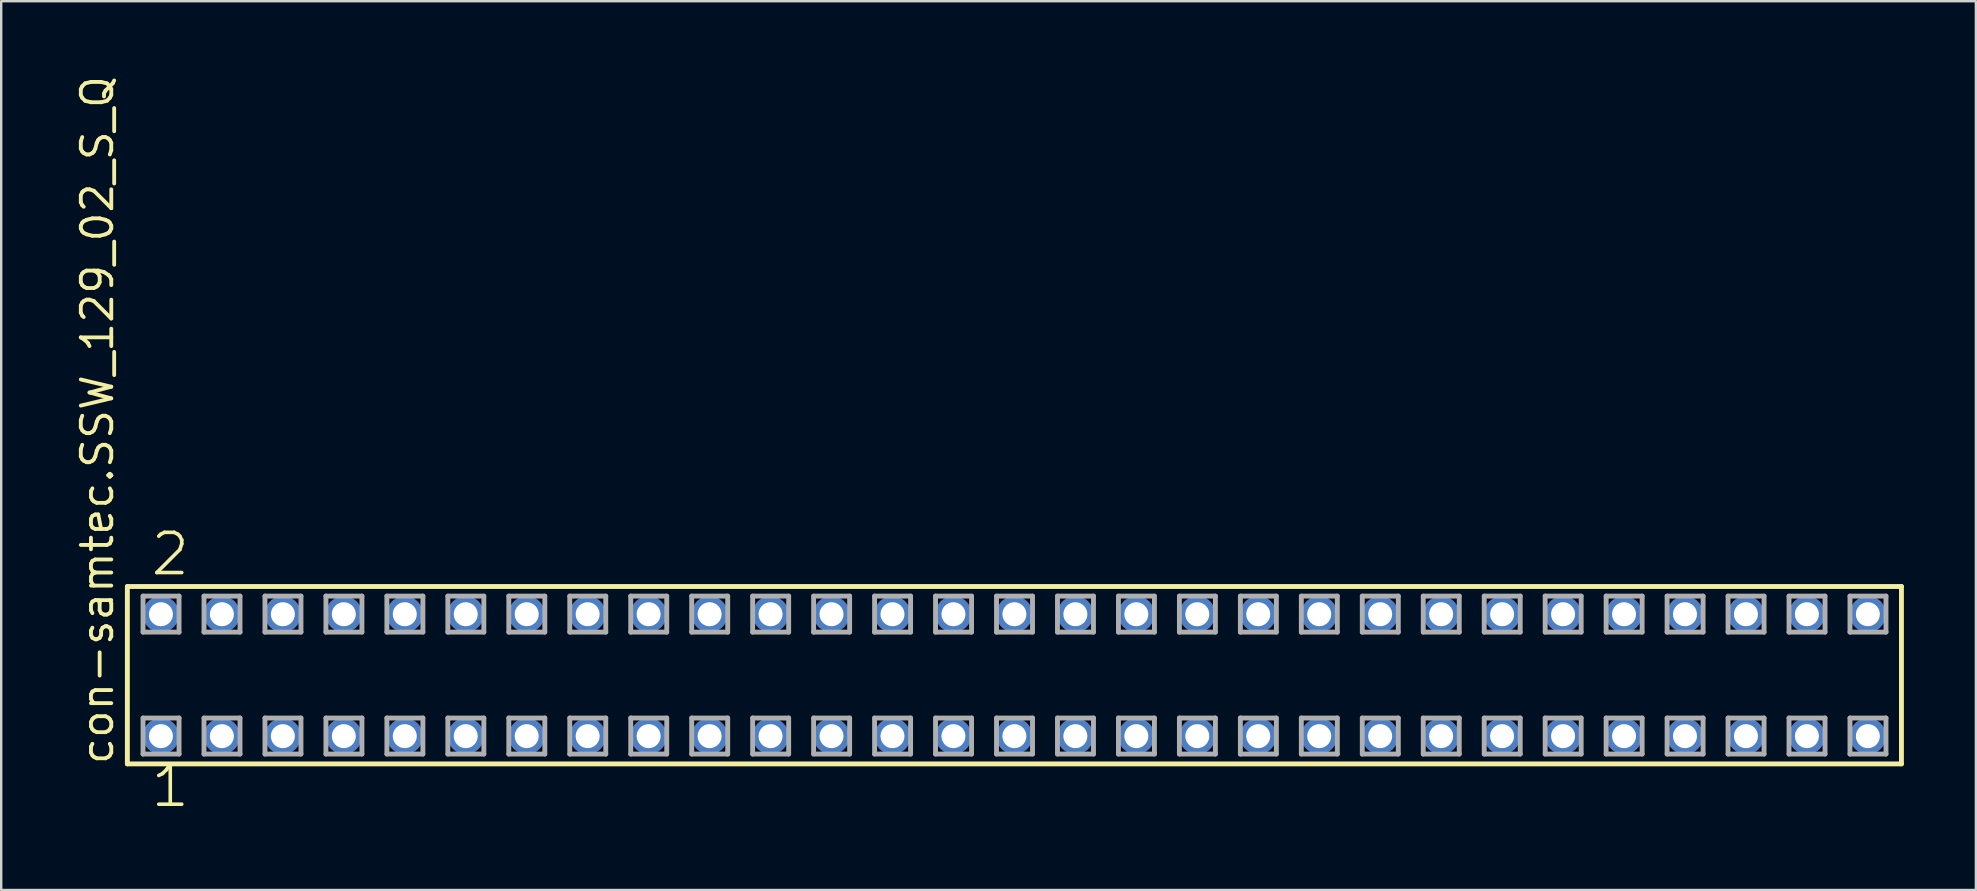
<source format=kicad_pcb>
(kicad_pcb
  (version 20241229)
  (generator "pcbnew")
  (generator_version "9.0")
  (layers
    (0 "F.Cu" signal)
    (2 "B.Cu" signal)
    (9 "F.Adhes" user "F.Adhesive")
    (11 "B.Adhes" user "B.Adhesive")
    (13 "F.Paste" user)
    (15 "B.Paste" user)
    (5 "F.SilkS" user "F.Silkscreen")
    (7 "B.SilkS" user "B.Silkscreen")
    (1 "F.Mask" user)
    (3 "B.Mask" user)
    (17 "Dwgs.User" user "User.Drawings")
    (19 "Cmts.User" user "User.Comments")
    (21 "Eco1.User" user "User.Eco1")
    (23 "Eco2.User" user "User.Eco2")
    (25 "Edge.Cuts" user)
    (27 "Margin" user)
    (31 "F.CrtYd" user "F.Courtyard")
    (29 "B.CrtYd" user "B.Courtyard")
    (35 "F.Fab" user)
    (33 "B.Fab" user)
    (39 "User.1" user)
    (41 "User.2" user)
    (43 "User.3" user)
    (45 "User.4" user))
  (footprint "con-samtec.SSW_129_02_S_Q"
    (layer "F.Cu")
    (at 39.215 25.082)
    (property "Reference" "con-samtec.SSW_129_02_S_Q" (at -37.465 3.81 90) (layer "F.SilkS") (effects (font (size 1.27 1.27) (thickness 0.16)) (justify left bottom)))
    (attr through_hole)
    (fp_line (start -36.959 -3.695) (end 36.959 -3.695) (stroke (width 0.203) (type default)) (layer "F.SilkS"))
    (fp_line (start -36.959 3.695) (end -36.959 -3.695) (stroke (width 0.203) (type default)) (layer "F.SilkS"))
    (fp_line (start 36.959 -3.695) (end 36.959 3.695) (stroke (width 0.203) (type default)) (layer "F.SilkS"))
    (fp_line (start 36.959 3.695) (end -36.959 3.695) (stroke (width 0.203) (type default)) (layer "F.SilkS"))
    (fp_line (start -36.305 -3.295) (end -34.805 -3.295) (stroke (width 0.203) (type default)) (layer "F.Fab"))
    (fp_line (start -36.305 -1.795) (end -36.305 -3.295) (stroke (width 0.203) (type default)) (layer "F.Fab"))
    (fp_line (start -36.305 1.785) (end -34.805 1.785) (stroke (width 0.203) (type default)) (layer "F.Fab"))
    (fp_line (start -36.305 3.285) (end -36.305 1.785) (stroke (width 0.203) (type default)) (layer "F.Fab"))
    (fp_line (start -34.805 -3.295) (end -34.805 -1.795) (stroke (width 0.203) (type default)) (layer "F.Fab"))
    (fp_line (start -34.805 -1.795) (end -36.305 -1.795) (stroke (width 0.203) (type default)) (layer "F.Fab"))
    (fp_line (start -34.805 1.785) (end -34.805 3.285) (stroke (width 0.203) (type default)) (layer "F.Fab"))
    (fp_line (start -34.805 3.285) (end -36.305 3.285) (stroke (width 0.203) (type default)) (layer "F.Fab"))
    (fp_line (start -33.765 -3.295) (end -32.265 -3.295) (stroke (width 0.203) (type default)) (layer "F.Fab"))
    (fp_line (start -33.765 -1.795) (end -33.765 -3.295) (stroke (width 0.203) (type default)) (layer "F.Fab"))
    (fp_line (start -33.765 1.785) (end -32.265 1.785) (stroke (width 0.203) (type default)) (layer "F.Fab"))
    (fp_line (start -33.765 3.285) (end -33.765 1.785) (stroke (width 0.203) (type default)) (layer "F.Fab"))
    (fp_line (start -32.265 -3.295) (end -32.265 -1.795) (stroke (width 0.203) (type default)) (layer "F.Fab"))
    (fp_line (start -32.265 -1.795) (end -33.765 -1.795) (stroke (width 0.203) (type default)) (layer "F.Fab"))
    (fp_line (start -32.265 1.785) (end -32.265 3.285) (stroke (width 0.203) (type default)) (layer "F.Fab"))
    (fp_line (start -32.265 3.285) (end -33.765 3.285) (stroke (width 0.203) (type default)) (layer "F.Fab"))
    (fp_line (start -31.225 -3.295) (end -29.725 -3.295) (stroke (width 0.203) (type default)) (layer "F.Fab"))
    (fp_line (start -31.225 -1.795) (end -31.225 -3.295) (stroke (width 0.203) (type default)) (layer "F.Fab"))
    (fp_line (start -31.225 1.785) (end -29.725 1.785) (stroke (width 0.203) (type default)) (layer "F.Fab"))
    (fp_line (start -31.225 3.285) (end -31.225 1.785) (stroke (width 0.203) (type default)) (layer "F.Fab"))
    (fp_line (start -29.725 -3.295) (end -29.725 -1.795) (stroke (width 0.203) (type default)) (layer "F.Fab"))
    (fp_line (start -29.725 -1.795) (end -31.225 -1.795) (stroke (width 0.203) (type default)) (layer "F.Fab"))
    (fp_line (start -29.725 1.785) (end -29.725 3.285) (stroke (width 0.203) (type default)) (layer "F.Fab"))
    (fp_line (start -29.725 3.285) (end -31.225 3.285) (stroke (width 0.203) (type default)) (layer "F.Fab"))
    (fp_line (start -28.685 -3.295) (end -27.185 -3.295) (stroke (width 0.203) (type default)) (layer "F.Fab"))
    (fp_line (start -28.685 -1.795) (end -28.685 -3.295) (stroke (width 0.203) (type default)) (layer "F.Fab"))
    (fp_line (start -28.685 1.785) (end -27.185 1.785) (stroke (width 0.203) (type default)) (layer "F.Fab"))
    (fp_line (start -28.685 3.285) (end -28.685 1.785) (stroke (width 0.203) (type default)) (layer "F.Fab"))
    (fp_line (start -27.185 -3.295) (end -27.185 -1.795) (stroke (width 0.203) (type default)) (layer "F.Fab"))
    (fp_line (start -27.185 -1.795) (end -28.685 -1.795) (stroke (width 0.203) (type default)) (layer "F.Fab"))
    (fp_line (start -27.185 1.785) (end -27.185 3.285) (stroke (width 0.203) (type default)) (layer "F.Fab"))
    (fp_line (start -27.185 3.285) (end -28.685 3.285) (stroke (width 0.203) (type default)) (layer "F.Fab"))
    (fp_line (start -26.145 -3.295) (end -24.645 -3.295) (stroke (width 0.203) (type default)) (layer "F.Fab"))
    (fp_line (start -26.145 -1.795) (end -26.145 -3.295) (stroke (width 0.203) (type default)) (layer "F.Fab"))
    (fp_line (start -26.145 1.785) (end -24.645 1.785) (stroke (width 0.203) (type default)) (layer "F.Fab"))
    (fp_line (start -26.145 3.285) (end -26.145 1.785) (stroke (width 0.203) (type default)) (layer "F.Fab"))
    (fp_line (start -24.645 -3.295) (end -24.645 -1.795) (stroke (width 0.203) (type default)) (layer "F.Fab"))
    (fp_line (start -24.645 -1.795) (end -26.145 -1.795) (stroke (width 0.203) (type default)) (layer "F.Fab"))
    (fp_line (start -24.645 1.785) (end -24.645 3.285) (stroke (width 0.203) (type default)) (layer "F.Fab"))
    (fp_line (start -24.645 3.285) (end -26.145 3.285) (stroke (width 0.203) (type default)) (layer "F.Fab"))
    (fp_line (start -23.605 -3.295) (end -22.105 -3.295) (stroke (width 0.203) (type default)) (layer "F.Fab"))
    (fp_line (start -23.605 -1.795) (end -23.605 -3.295) (stroke (width 0.203) (type default)) (layer "F.Fab"))
    (fp_line (start -23.605 1.785) (end -22.105 1.785) (stroke (width 0.203) (type default)) (layer "F.Fab"))
    (fp_line (start -23.605 3.285) (end -23.605 1.785) (stroke (width 0.203) (type default)) (layer "F.Fab"))
    (fp_line (start -22.105 -3.295) (end -22.105 -1.795) (stroke (width 0.203) (type default)) (layer "F.Fab"))
    (fp_line (start -22.105 -1.795) (end -23.605 -1.795) (stroke (width 0.203) (type default)) (layer "F.Fab"))
    (fp_line (start -22.105 1.785) (end -22.105 3.285) (stroke (width 0.203) (type default)) (layer "F.Fab"))
    (fp_line (start -22.105 3.285) (end -23.605 3.285) (stroke (width 0.203) (type default)) (layer "F.Fab"))
    (fp_line (start -21.065 -3.295) (end -19.565 -3.295) (stroke (width 0.203) (type default)) (layer "F.Fab"))
    (fp_line (start -21.065 -1.795) (end -21.065 -3.295) (stroke (width 0.203) (type default)) (layer "F.Fab"))
    (fp_line (start -21.065 1.785) (end -19.565 1.785) (stroke (width 0.203) (type default)) (layer "F.Fab"))
    (fp_line (start -21.065 3.285) (end -21.065 1.785) (stroke (width 0.203) (type default)) (layer "F.Fab"))
    (fp_line (start -19.565 -3.295) (end -19.565 -1.795) (stroke (width 0.203) (type default)) (layer "F.Fab"))
    (fp_line (start -19.565 -1.795) (end -21.065 -1.795) (stroke (width 0.203) (type default)) (layer "F.Fab"))
    (fp_line (start -19.565 1.785) (end -19.565 3.285) (stroke (width 0.203) (type default)) (layer "F.Fab"))
    (fp_line (start -19.565 3.285) (end -21.065 3.285) (stroke (width 0.203) (type default)) (layer "F.Fab"))
    (fp_line (start -18.525 -3.295) (end -17.025 -3.295) (stroke (width 0.203) (type default)) (layer "F.Fab"))
    (fp_line (start -18.525 -1.795) (end -18.525 -3.295) (stroke (width 0.203) (type default)) (layer "F.Fab"))
    (fp_line (start -18.525 1.785) (end -17.025 1.785) (stroke (width 0.203) (type default)) (layer "F.Fab"))
    (fp_line (start -18.525 3.285) (end -18.525 1.785) (stroke (width 0.203) (type default)) (layer "F.Fab"))
    (fp_line (start -17.025 -3.295) (end -17.025 -1.795) (stroke (width 0.203) (type default)) (layer "F.Fab"))
    (fp_line (start -17.025 -1.795) (end -18.525 -1.795) (stroke (width 0.203) (type default)) (layer "F.Fab"))
    (fp_line (start -17.025 1.785) (end -17.025 3.285) (stroke (width 0.203) (type default)) (layer "F.Fab"))
    (fp_line (start -17.025 3.285) (end -18.525 3.285) (stroke (width 0.203) (type default)) (layer "F.Fab"))
    (fp_line (start -15.985 -3.295) (end -14.485 -3.295) (stroke (width 0.203) (type default)) (layer "F.Fab"))
    (fp_line (start -15.985 -1.795) (end -15.985 -3.295) (stroke (width 0.203) (type default)) (layer "F.Fab"))
    (fp_line (start -15.985 1.785) (end -14.485 1.785) (stroke (width 0.203) (type default)) (layer "F.Fab"))
    (fp_line (start -15.985 3.285) (end -15.985 1.785) (stroke (width 0.203) (type default)) (layer "F.Fab"))
    (fp_line (start -14.485 -3.295) (end -14.485 -1.795) (stroke (width 0.203) (type default)) (layer "F.Fab"))
    (fp_line (start -14.485 -1.795) (end -15.985 -1.795) (stroke (width 0.203) (type default)) (layer "F.Fab"))
    (fp_line (start -14.485 1.785) (end -14.485 3.285) (stroke (width 0.203) (type default)) (layer "F.Fab"))
    (fp_line (start -14.485 3.285) (end -15.985 3.285) (stroke (width 0.203) (type default)) (layer "F.Fab"))
    (fp_line (start -13.445 -3.295) (end -11.945 -3.295) (stroke (width 0.203) (type default)) (layer "F.Fab"))
    (fp_line (start -13.445 -1.795) (end -13.445 -3.295) (stroke (width 0.203) (type default)) (layer "F.Fab"))
    (fp_line (start -13.445 1.785) (end -11.945 1.785) (stroke (width 0.203) (type default)) (layer "F.Fab"))
    (fp_line (start -13.445 3.285) (end -13.445 1.785) (stroke (width 0.203) (type default)) (layer "F.Fab"))
    (fp_line (start -11.945 -3.295) (end -11.945 -1.795) (stroke (width 0.203) (type default)) (layer "F.Fab"))
    (fp_line (start -11.945 -1.795) (end -13.445 -1.795) (stroke (width 0.203) (type default)) (layer "F.Fab"))
    (fp_line (start -11.945 1.785) (end -11.945 3.285) (stroke (width 0.203) (type default)) (layer "F.Fab"))
    (fp_line (start -11.945 3.285) (end -13.445 3.285) (stroke (width 0.203) (type default)) (layer "F.Fab"))
    (fp_line (start -10.905 -3.295) (end -9.405 -3.295) (stroke (width 0.203) (type default)) (layer "F.Fab"))
    (fp_line (start -10.905 -1.795) (end -10.905 -3.295) (stroke (width 0.203) (type default)) (layer "F.Fab"))
    (fp_line (start -10.905 1.785) (end -9.405 1.785) (stroke (width 0.203) (type default)) (layer "F.Fab"))
    (fp_line (start -10.905 3.285) (end -10.905 1.785) (stroke (width 0.203) (type default)) (layer "F.Fab"))
    (fp_line (start -9.405 -3.295) (end -9.405 -1.795) (stroke (width 0.203) (type default)) (layer "F.Fab"))
    (fp_line (start -9.405 -1.795) (end -10.905 -1.795) (stroke (width 0.203) (type default)) (layer "F.Fab"))
    (fp_line (start -9.405 1.785) (end -9.405 3.285) (stroke (width 0.203) (type default)) (layer "F.Fab"))
    (fp_line (start -9.405 3.285) (end -10.905 3.285) (stroke (width 0.203) (type default)) (layer "F.Fab"))
    (fp_line (start -8.365 -3.295) (end -6.865 -3.295) (stroke (width 0.203) (type default)) (layer "F.Fab"))
    (fp_line (start -8.365 -1.795) (end -8.365 -3.295) (stroke (width 0.203) (type default)) (layer "F.Fab"))
    (fp_line (start -8.365 1.785) (end -6.865 1.785) (stroke (width 0.203) (type default)) (layer "F.Fab"))
    (fp_line (start -8.365 3.285) (end -8.365 1.785) (stroke (width 0.203) (type default)) (layer "F.Fab"))
    (fp_line (start -6.865 -3.295) (end -6.865 -1.795) (stroke (width 0.203) (type default)) (layer "F.Fab"))
    (fp_line (start -6.865 -1.795) (end -8.365 -1.795) (stroke (width 0.203) (type default)) (layer "F.Fab"))
    (fp_line (start -6.865 1.785) (end -6.865 3.285) (stroke (width 0.203) (type default)) (layer "F.Fab"))
    (fp_line (start -6.865 3.285) (end -8.365 3.285) (stroke (width 0.203) (type default)) (layer "F.Fab"))
    (fp_line (start -5.825 -3.295) (end -4.325 -3.295) (stroke (width 0.203) (type default)) (layer "F.Fab"))
    (fp_line (start -5.825 -1.795) (end -5.825 -3.295) (stroke (width 0.203) (type default)) (layer "F.Fab"))
    (fp_line (start -5.825 1.785) (end -4.325 1.785) (stroke (width 0.203) (type default)) (layer "F.Fab"))
    (fp_line (start -5.825 3.285) (end -5.825 1.785) (stroke (width 0.203) (type default)) (layer "F.Fab"))
    (fp_line (start -4.325 -3.295) (end -4.325 -1.795) (stroke (width 0.203) (type default)) (layer "F.Fab"))
    (fp_line (start -4.325 -1.795) (end -5.825 -1.795) (stroke (width 0.203) (type default)) (layer "F.Fab"))
    (fp_line (start -4.325 1.785) (end -4.325 3.285) (stroke (width 0.203) (type default)) (layer "F.Fab"))
    (fp_line (start -4.325 3.285) (end -5.825 3.285) (stroke (width 0.203) (type default)) (layer "F.Fab"))
    (fp_line (start -3.285 -3.295) (end -1.785 -3.295) (stroke (width 0.203) (type default)) (layer "F.Fab"))
    (fp_line (start -3.285 -1.795) (end -3.285 -3.295) (stroke (width 0.203) (type default)) (layer "F.Fab"))
    (fp_line (start -3.285 1.785) (end -1.785 1.785) (stroke (width 0.203) (type default)) (layer "F.Fab"))
    (fp_line (start -3.285 3.285) (end -3.285 1.785) (stroke (width 0.203) (type default)) (layer "F.Fab"))
    (fp_line (start -1.785 -3.295) (end -1.785 -1.795) (stroke (width 0.203) (type default)) (layer "F.Fab"))
    (fp_line (start -1.785 -1.795) (end -3.285 -1.795) (stroke (width 0.203) (type default)) (layer "F.Fab"))
    (fp_line (start -1.785 1.785) (end -1.785 3.285) (stroke (width 0.203) (type default)) (layer "F.Fab"))
    (fp_line (start -1.785 3.285) (end -3.285 3.285) (stroke (width 0.203) (type default)) (layer "F.Fab"))
    (fp_line (start -0.745 -3.295) (end 0.755 -3.295) (stroke (width 0.203) (type default)) (layer "F.Fab"))
    (fp_line (start -0.745 -1.795) (end -0.745 -3.295) (stroke (width 0.203) (type default)) (layer "F.Fab"))
    (fp_line (start -0.745 1.785) (end 0.755 1.785) (stroke (width 0.203) (type default)) (layer "F.Fab"))
    (fp_line (start -0.745 3.285) (end -0.745 1.785) (stroke (width 0.203) (type default)) (layer "F.Fab"))
    (fp_line (start 0.755 -3.295) (end 0.755 -1.795) (stroke (width 0.203) (type default)) (layer "F.Fab"))
    (fp_line (start 0.755 -1.795) (end -0.745 -1.795) (stroke (width 0.203) (type default)) (layer "F.Fab"))
    (fp_line (start 0.755 1.785) (end 0.755 3.285) (stroke (width 0.203) (type default)) (layer "F.Fab"))
    (fp_line (start 0.755 3.285) (end -0.745 3.285) (stroke (width 0.203) (type default)) (layer "F.Fab"))
    (fp_line (start 1.795 -3.295) (end 3.295 -3.295) (stroke (width 0.203) (type default)) (layer "F.Fab"))
    (fp_line (start 1.795 -1.795) (end 1.795 -3.295) (stroke (width 0.203) (type default)) (layer "F.Fab"))
    (fp_line (start 1.795 1.785) (end 3.295 1.785) (stroke (width 0.203) (type default)) (layer "F.Fab"))
    (fp_line (start 1.795 3.285) (end 1.795 1.785) (stroke (width 0.203) (type default)) (layer "F.Fab"))
    (fp_line (start 3.295 -3.295) (end 3.295 -1.795) (stroke (width 0.203) (type default)) (layer "F.Fab"))
    (fp_line (start 3.295 -1.795) (end 1.795 -1.795) (stroke (width 0.203) (type default)) (layer "F.Fab"))
    (fp_line (start 3.295 1.785) (end 3.295 3.285) (stroke (width 0.203) (type default)) (layer "F.Fab"))
    (fp_line (start 3.295 3.285) (end 1.795 3.285) (stroke (width 0.203) (type default)) (layer "F.Fab"))
    (fp_line (start 4.335 -3.295) (end 5.835 -3.295) (stroke (width 0.203) (type default)) (layer "F.Fab"))
    (fp_line (start 4.335 -1.795) (end 4.335 -3.295) (stroke (width 0.203) (type default)) (layer "F.Fab"))
    (fp_line (start 4.335 1.785) (end 5.835 1.785) (stroke (width 0.203) (type default)) (layer "F.Fab"))
    (fp_line (start 4.335 3.285) (end 4.335 1.785) (stroke (width 0.203) (type default)) (layer "F.Fab"))
    (fp_line (start 5.835 -3.295) (end 5.835 -1.795) (stroke (width 0.203) (type default)) (layer "F.Fab"))
    (fp_line (start 5.835 -1.795) (end 4.335 -1.795) (stroke (width 0.203) (type default)) (layer "F.Fab"))
    (fp_line (start 5.835 1.785) (end 5.835 3.285) (stroke (width 0.203) (type default)) (layer "F.Fab"))
    (fp_line (start 5.835 3.285) (end 4.335 3.285) (stroke (width 0.203) (type default)) (layer "F.Fab"))
    (fp_line (start 6.875 -3.295) (end 8.375 -3.295) (stroke (width 0.203) (type default)) (layer "F.Fab"))
    (fp_line (start 6.875 -1.795) (end 6.875 -3.295) (stroke (width 0.203) (type default)) (layer "F.Fab"))
    (fp_line (start 6.875 1.785) (end 8.375 1.785) (stroke (width 0.203) (type default)) (layer "F.Fab"))
    (fp_line (start 6.875 3.285) (end 6.875 1.785) (stroke (width 0.203) (type default)) (layer "F.Fab"))
    (fp_line (start 8.375 -3.295) (end 8.375 -1.795) (stroke (width 0.203) (type default)) (layer "F.Fab"))
    (fp_line (start 8.375 -1.795) (end 6.875 -1.795) (stroke (width 0.203) (type default)) (layer "F.Fab"))
    (fp_line (start 8.375 1.785) (end 8.375 3.285) (stroke (width 0.203) (type default)) (layer "F.Fab"))
    (fp_line (start 8.375 3.285) (end 6.875 3.285) (stroke (width 0.203) (type default)) (layer "F.Fab"))
    (fp_line (start 9.415 -3.295) (end 10.915 -3.295) (stroke (width 0.203) (type default)) (layer "F.Fab"))
    (fp_line (start 9.415 -1.795) (end 9.415 -3.295) (stroke (width 0.203) (type default)) (layer "F.Fab"))
    (fp_line (start 9.415 1.785) (end 10.915 1.785) (stroke (width 0.203) (type default)) (layer "F.Fab"))
    (fp_line (start 9.415 3.285) (end 9.415 1.785) (stroke (width 0.203) (type default)) (layer "F.Fab"))
    (fp_line (start 10.915 -3.295) (end 10.915 -1.795) (stroke (width 0.203) (type default)) (layer "F.Fab"))
    (fp_line (start 10.915 -1.795) (end 9.415 -1.795) (stroke (width 0.203) (type default)) (layer "F.Fab"))
    (fp_line (start 10.915 1.785) (end 10.915 3.285) (stroke (width 0.203) (type default)) (layer "F.Fab"))
    (fp_line (start 10.915 3.285) (end 9.415 3.285) (stroke (width 0.203) (type default)) (layer "F.Fab"))
    (fp_line (start 11.955 -3.295) (end 13.455 -3.295) (stroke (width 0.203) (type default)) (layer "F.Fab"))
    (fp_line (start 11.955 -1.795) (end 11.955 -3.295) (stroke (width 0.203) (type default)) (layer "F.Fab"))
    (fp_line (start 11.955 1.785) (end 13.455 1.785) (stroke (width 0.203) (type default)) (layer "F.Fab"))
    (fp_line (start 11.955 3.285) (end 11.955 1.785) (stroke (width 0.203) (type default)) (layer "F.Fab"))
    (fp_line (start 13.455 -3.295) (end 13.455 -1.795) (stroke (width 0.203) (type default)) (layer "F.Fab"))
    (fp_line (start 13.455 -1.795) (end 11.955 -1.795) (stroke (width 0.203) (type default)) (layer "F.Fab"))
    (fp_line (start 13.455 1.785) (end 13.455 3.285) (stroke (width 0.203) (type default)) (layer "F.Fab"))
    (fp_line (start 13.455 3.285) (end 11.955 3.285) (stroke (width 0.203) (type default)) (layer "F.Fab"))
    (fp_line (start 14.495 -3.295) (end 15.995 -3.295) (stroke (width 0.203) (type default)) (layer "F.Fab"))
    (fp_line (start 14.495 -1.795) (end 14.495 -3.295) (stroke (width 0.203) (type default)) (layer "F.Fab"))
    (fp_line (start 14.495 1.785) (end 15.995 1.785) (stroke (width 0.203) (type default)) (layer "F.Fab"))
    (fp_line (start 14.495 3.285) (end 14.495 1.785) (stroke (width 0.203) (type default)) (layer "F.Fab"))
    (fp_line (start 15.995 -3.295) (end 15.995 -1.795) (stroke (width 0.203) (type default)) (layer "F.Fab"))
    (fp_line (start 15.995 -1.795) (end 14.495 -1.795) (stroke (width 0.203) (type default)) (layer "F.Fab"))
    (fp_line (start 15.995 1.785) (end 15.995 3.285) (stroke (width 0.203) (type default)) (layer "F.Fab"))
    (fp_line (start 15.995 3.285) (end 14.495 3.285) (stroke (width 0.203) (type default)) (layer "F.Fab"))
    (fp_line (start 17.035 -3.295) (end 18.535 -3.295) (stroke (width 0.203) (type default)) (layer "F.Fab"))
    (fp_line (start 17.035 -1.795) (end 17.035 -3.295) (stroke (width 0.203) (type default)) (layer "F.Fab"))
    (fp_line (start 17.035 1.785) (end 18.535 1.785) (stroke (width 0.203) (type default)) (layer "F.Fab"))
    (fp_line (start 17.035 3.285) (end 17.035 1.785) (stroke (width 0.203) (type default)) (layer "F.Fab"))
    (fp_line (start 18.535 -3.295) (end 18.535 -1.795) (stroke (width 0.203) (type default)) (layer "F.Fab"))
    (fp_line (start 18.535 -1.795) (end 17.035 -1.795) (stroke (width 0.203) (type default)) (layer "F.Fab"))
    (fp_line (start 18.535 1.785) (end 18.535 3.285) (stroke (width 0.203) (type default)) (layer "F.Fab"))
    (fp_line (start 18.535 3.285) (end 17.035 3.285) (stroke (width 0.203) (type default)) (layer "F.Fab"))
    (fp_line (start 19.575 -3.295) (end 21.075 -3.295) (stroke (width 0.203) (type default)) (layer "F.Fab"))
    (fp_line (start 19.575 -1.795) (end 19.575 -3.295) (stroke (width 0.203) (type default)) (layer "F.Fab"))
    (fp_line (start 19.575 1.785) (end 21.075 1.785) (stroke (width 0.203) (type default)) (layer "F.Fab"))
    (fp_line (start 19.575 3.285) (end 19.575 1.785) (stroke (width 0.203) (type default)) (layer "F.Fab"))
    (fp_line (start 21.075 -3.295) (end 21.075 -1.795) (stroke (width 0.203) (type default)) (layer "F.Fab"))
    (fp_line (start 21.075 -1.795) (end 19.575 -1.795) (stroke (width 0.203) (type default)) (layer "F.Fab"))
    (fp_line (start 21.075 1.785) (end 21.075 3.285) (stroke (width 0.203) (type default)) (layer "F.Fab"))
    (fp_line (start 21.075 3.285) (end 19.575 3.285) (stroke (width 0.203) (type default)) (layer "F.Fab"))
    (fp_line (start 22.115 -3.295) (end 23.615 -3.295) (stroke (width 0.203) (type default)) (layer "F.Fab"))
    (fp_line (start 22.115 -1.795) (end 22.115 -3.295) (stroke (width 0.203) (type default)) (layer "F.Fab"))
    (fp_line (start 22.115 1.785) (end 23.615 1.785) (stroke (width 0.203) (type default)) (layer "F.Fab"))
    (fp_line (start 22.115 3.285) (end 22.115 1.785) (stroke (width 0.203) (type default)) (layer "F.Fab"))
    (fp_line (start 23.615 -3.295) (end 23.615 -1.795) (stroke (width 0.203) (type default)) (layer "F.Fab"))
    (fp_line (start 23.615 -1.795) (end 22.115 -1.795) (stroke (width 0.203) (type default)) (layer "F.Fab"))
    (fp_line (start 23.615 1.785) (end 23.615 3.285) (stroke (width 0.203) (type default)) (layer "F.Fab"))
    (fp_line (start 23.615 3.285) (end 22.115 3.285) (stroke (width 0.203) (type default)) (layer "F.Fab"))
    (fp_line (start 24.655 -3.295) (end 26.155 -3.295) (stroke (width 0.203) (type default)) (layer "F.Fab"))
    (fp_line (start 24.655 -1.795) (end 24.655 -3.295) (stroke (width 0.203) (type default)) (layer "F.Fab"))
    (fp_line (start 24.655 1.785) (end 26.155 1.785) (stroke (width 0.203) (type default)) (layer "F.Fab"))
    (fp_line (start 24.655 3.285) (end 24.655 1.785) (stroke (width 0.203) (type default)) (layer "F.Fab"))
    (fp_line (start 26.155 -3.295) (end 26.155 -1.795) (stroke (width 0.203) (type default)) (layer "F.Fab"))
    (fp_line (start 26.155 -1.795) (end 24.655 -1.795) (stroke (width 0.203) (type default)) (layer "F.Fab"))
    (fp_line (start 26.155 1.785) (end 26.155 3.285) (stroke (width 0.203) (type default)) (layer "F.Fab"))
    (fp_line (start 26.155 3.285) (end 24.655 3.285) (stroke (width 0.203) (type default)) (layer "F.Fab"))
    (fp_line (start 27.195 -3.295) (end 28.695 -3.295) (stroke (width 0.203) (type default)) (layer "F.Fab"))
    (fp_line (start 27.195 -1.795) (end 27.195 -3.295) (stroke (width 0.203) (type default)) (layer "F.Fab"))
    (fp_line (start 27.195 1.785) (end 28.695 1.785) (stroke (width 0.203) (type default)) (layer "F.Fab"))
    (fp_line (start 27.195 3.285) (end 27.195 1.785) (stroke (width 0.203) (type default)) (layer "F.Fab"))
    (fp_line (start 28.695 -3.295) (end 28.695 -1.795) (stroke (width 0.203) (type default)) (layer "F.Fab"))
    (fp_line (start 28.695 -1.795) (end 27.195 -1.795) (stroke (width 0.203) (type default)) (layer "F.Fab"))
    (fp_line (start 28.695 1.785) (end 28.695 3.285) (stroke (width 0.203) (type default)) (layer "F.Fab"))
    (fp_line (start 28.695 3.285) (end 27.195 3.285) (stroke (width 0.203) (type default)) (layer "F.Fab"))
    (fp_line (start 29.735 -3.295) (end 31.235 -3.295) (stroke (width 0.203) (type default)) (layer "F.Fab"))
    (fp_line (start 29.735 -1.795) (end 29.735 -3.295) (stroke (width 0.203) (type default)) (layer "F.Fab"))
    (fp_line (start 29.735 1.785) (end 31.235 1.785) (stroke (width 0.203) (type default)) (layer "F.Fab"))
    (fp_line (start 29.735 3.285) (end 29.735 1.785) (stroke (width 0.203) (type default)) (layer "F.Fab"))
    (fp_line (start 31.235 -3.295) (end 31.235 -1.795) (stroke (width 0.203) (type default)) (layer "F.Fab"))
    (fp_line (start 31.235 -1.795) (end 29.735 -1.795) (stroke (width 0.203) (type default)) (layer "F.Fab"))
    (fp_line (start 31.235 1.785) (end 31.235 3.285) (stroke (width 0.203) (type default)) (layer "F.Fab"))
    (fp_line (start 31.235 3.285) (end 29.735 3.285) (stroke (width 0.203) (type default)) (layer "F.Fab"))
    (fp_line (start 32.275 -3.295) (end 33.775 -3.295) (stroke (width 0.203) (type default)) (layer "F.Fab"))
    (fp_line (start 32.275 -1.795) (end 32.275 -3.295) (stroke (width 0.203) (type default)) (layer "F.Fab"))
    (fp_line (start 32.275 1.785) (end 33.775 1.785) (stroke (width 0.203) (type default)) (layer "F.Fab"))
    (fp_line (start 32.275 3.285) (end 32.275 1.785) (stroke (width 0.203) (type default)) (layer "F.Fab"))
    (fp_line (start 33.775 -3.295) (end 33.775 -1.795) (stroke (width 0.203) (type default)) (layer "F.Fab"))
    (fp_line (start 33.775 -1.795) (end 32.275 -1.795) (stroke (width 0.203) (type default)) (layer "F.Fab"))
    (fp_line (start 33.775 1.785) (end 33.775 3.285) (stroke (width 0.203) (type default)) (layer "F.Fab"))
    (fp_line (start 33.775 3.285) (end 32.275 3.285) (stroke (width 0.203) (type default)) (layer "F.Fab"))
    (fp_line (start 34.815 -3.295) (end 36.315 -3.295) (stroke (width 0.203) (type default)) (layer "F.Fab"))
    (fp_line (start 34.815 -1.795) (end 34.815 -3.295) (stroke (width 0.203) (type default)) (layer "F.Fab"))
    (fp_line (start 34.815 1.785) (end 36.315 1.785) (stroke (width 0.203) (type default)) (layer "F.Fab"))
    (fp_line (start 34.815 3.285) (end 34.815 1.785) (stroke (width 0.203) (type default)) (layer "F.Fab"))
    (fp_line (start 36.315 -3.295) (end 36.315 -1.795) (stroke (width 0.203) (type default)) (layer "F.Fab"))
    (fp_line (start 36.315 -1.795) (end 34.815 -1.795) (stroke (width 0.203) (type default)) (layer "F.Fab"))
    (fp_line (start 36.315 1.785) (end 36.315 3.285) (stroke (width 0.203) (type default)) (layer "F.Fab"))
    (fp_line (start 36.315 3.285) (end 34.815 3.285) (stroke (width 0.203) (type default)) (layer "F.Fab"))
    (fp_text user "1" (at -36.068 5.588 0) (layer "F.SilkS") (effects (font (size 1.676 1.676) (thickness 0.15)) (justify left bottom)))
    (fp_text user "2" (at -36.068 -4.064 0) (layer "F.SilkS") (effects (font (size 1.676 1.676) (thickness 0.15)) (justify left bottom)))
    (pad "1" thru_hole circle (at -35.56 2.54) (size 1.5 1.5) (drill 1) (layers "*.Cu" "*.Mask"))
    (pad "2" thru_hole circle (at -35.56 -2.54) (size 1.5 1.5) (drill 1) (layers "*.Cu" "*.Mask"))
    (pad "3" thru_hole circle (at -33.02 2.54) (size 1.5 1.5) (drill 1) (layers "*.Cu" "*.Mask"))
    (pad "4" thru_hole circle (at -33.02 -2.54) (size 1.5 1.5) (drill 1) (layers "*.Cu" "*.Mask"))
    (pad "5" thru_hole circle (at -30.48 2.54) (size 1.5 1.5) (drill 1) (layers "*.Cu" "*.Mask"))
    (pad "6" thru_hole circle (at -30.48 -2.54) (size 1.5 1.5) (drill 1) (layers "*.Cu" "*.Mask"))
    (pad "7" thru_hole circle (at -27.94 2.54) (size 1.5 1.5) (drill 1) (layers "*.Cu" "*.Mask"))
    (pad "8" thru_hole circle (at -27.94 -2.54) (size 1.5 1.5) (drill 1) (layers "*.Cu" "*.Mask"))
    (pad "9" thru_hole circle (at -25.4 2.54) (size 1.5 1.5) (drill 1) (layers "*.Cu" "*.Mask"))
    (pad "10" thru_hole circle (at -25.4 -2.54) (size 1.5 1.5) (drill 1) (layers "*.Cu" "*.Mask"))
    (pad "11" thru_hole circle (at -22.86 2.54) (size 1.5 1.5) (drill 1) (layers "*.Cu" "*.Mask"))
    (pad "12" thru_hole circle (at -22.86 -2.54) (size 1.5 1.5) (drill 1) (layers "*.Cu" "*.Mask"))
    (pad "13" thru_hole circle (at -20.32 2.54) (size 1.5 1.5) (drill 1) (layers "*.Cu" "*.Mask"))
    (pad "14" thru_hole circle (at -20.32 -2.54) (size 1.5 1.5) (drill 1) (layers "*.Cu" "*.Mask"))
    (pad "15" thru_hole circle (at -17.78 2.54) (size 1.5 1.5) (drill 1) (layers "*.Cu" "*.Mask"))
    (pad "16" thru_hole circle (at -17.78 -2.54) (size 1.5 1.5) (drill 1) (layers "*.Cu" "*.Mask"))
    (pad "17" thru_hole circle (at -15.24 2.54) (size 1.5 1.5) (drill 1) (layers "*.Cu" "*.Mask"))
    (pad "18" thru_hole circle (at -15.24 -2.54) (size 1.5 1.5) (drill 1) (layers "*.Cu" "*.Mask"))
    (pad "19" thru_hole circle (at -12.7 2.54) (size 1.5 1.5) (drill 1) (layers "*.Cu" "*.Mask"))
    (pad "20" thru_hole circle (at -12.7 -2.54) (size 1.5 1.5) (drill 1) (layers "*.Cu" "*.Mask"))
    (pad "21" thru_hole circle (at -10.16 2.54) (size 1.5 1.5) (drill 1) (layers "*.Cu" "*.Mask"))
    (pad "22" thru_hole circle (at -10.16 -2.54) (size 1.5 1.5) (drill 1) (layers "*.Cu" "*.Mask"))
    (pad "23" thru_hole circle (at -7.62 2.54) (size 1.5 1.5) (drill 1) (layers "*.Cu" "*.Mask"))
    (pad "24" thru_hole circle (at -7.62 -2.54) (size 1.5 1.5) (drill 1) (layers "*.Cu" "*.Mask"))
    (pad "25" thru_hole circle (at -5.08 2.54) (size 1.5 1.5) (drill 1) (layers "*.Cu" "*.Mask"))
    (pad "26" thru_hole circle (at -5.08 -2.54) (size 1.5 1.5) (drill 1) (layers "*.Cu" "*.Mask"))
    (pad "27" thru_hole circle (at -2.54 2.54) (size 1.5 1.5) (drill 1) (layers "*.Cu" "*.Mask"))
    (pad "28" thru_hole circle (at -2.54 -2.54) (size 1.5 1.5) (drill 1) (layers "*.Cu" "*.Mask"))
    (pad "29" thru_hole circle (at 0 2.54) (size 1.5 1.5) (drill 1) (layers "*.Cu" "*.Mask"))
    (pad "30" thru_hole circle (at 0 -2.54) (size 1.5 1.5) (drill 1) (layers "*.Cu" "*.Mask"))
    (pad "31" thru_hole circle (at 2.54 2.54) (size 1.5 1.5) (drill 1) (layers "*.Cu" "*.Mask"))
    (pad "32" thru_hole circle (at 2.54 -2.54) (size 1.5 1.5) (drill 1) (layers "*.Cu" "*.Mask"))
    (pad "33" thru_hole circle (at 5.08 2.54) (size 1.5 1.5) (drill 1) (layers "*.Cu" "*.Mask"))
    (pad "34" thru_hole circle (at 5.08 -2.54) (size 1.5 1.5) (drill 1) (layers "*.Cu" "*.Mask"))
    (pad "35" thru_hole circle (at 7.62 2.54) (size 1.5 1.5) (drill 1) (layers "*.Cu" "*.Mask"))
    (pad "36" thru_hole circle (at 7.62 -2.54) (size 1.5 1.5) (drill 1) (layers "*.Cu" "*.Mask"))
    (pad "37" thru_hole circle (at 10.16 2.54) (size 1.5 1.5) (drill 1) (layers "*.Cu" "*.Mask"))
    (pad "38" thru_hole circle (at 10.16 -2.54) (size 1.5 1.5) (drill 1) (layers "*.Cu" "*.Mask"))
    (pad "39" thru_hole circle (at 12.7 2.54) (size 1.5 1.5) (drill 1) (layers "*.Cu" "*.Mask"))
    (pad "40" thru_hole circle (at 12.7 -2.54) (size 1.5 1.5) (drill 1) (layers "*.Cu" "*.Mask"))
    (pad "41" thru_hole circle (at 15.24 2.54) (size 1.5 1.5) (drill 1) (layers "*.Cu" "*.Mask"))
    (pad "42" thru_hole circle (at 15.24 -2.54) (size 1.5 1.5) (drill 1) (layers "*.Cu" "*.Mask"))
    (pad "43" thru_hole circle (at 17.78 2.54) (size 1.5 1.5) (drill 1) (layers "*.Cu" "*.Mask"))
    (pad "44" thru_hole circle (at 17.78 -2.54) (size 1.5 1.5) (drill 1) (layers "*.Cu" "*.Mask"))
    (pad "45" thru_hole circle (at 20.32 2.54) (size 1.5 1.5) (drill 1) (layers "*.Cu" "*.Mask"))
    (pad "46" thru_hole circle (at 20.32 -2.54) (size 1.5 1.5) (drill 1) (layers "*.Cu" "*.Mask"))
    (pad "47" thru_hole circle (at 22.86 2.54) (size 1.5 1.5) (drill 1) (layers "*.Cu" "*.Mask"))
    (pad "48" thru_hole circle (at 22.86 -2.54) (size 1.5 1.5) (drill 1) (layers "*.Cu" "*.Mask"))
    (pad "49" thru_hole circle (at 25.4 2.54) (size 1.5 1.5) (drill 1) (layers "*.Cu" "*.Mask"))
    (pad "50" thru_hole circle (at 25.4 -2.54) (size 1.5 1.5) (drill 1) (layers "*.Cu" "*.Mask"))
    (pad "51" thru_hole circle (at 27.94 2.54) (size 1.5 1.5) (drill 1) (layers "*.Cu" "*.Mask"))
    (pad "52" thru_hole circle (at 27.94 -2.54) (size 1.5 1.5) (drill 1) (layers "*.Cu" "*.Mask"))
    (pad "53" thru_hole circle (at 30.48 2.54) (size 1.5 1.5) (drill 1) (layers "*.Cu" "*.Mask"))
    (pad "54" thru_hole circle (at 30.48 -2.54) (size 1.5 1.5) (drill 1) (layers "*.Cu" "*.Mask"))
    (pad "55" thru_hole circle (at 33.02 2.54) (size 1.5 1.5) (drill 1) (layers "*.Cu" "*.Mask"))
    (pad "56" thru_hole circle (at 33.02 -2.54) (size 1.5 1.5) (drill 1) (layers "*.Cu" "*.Mask"))
    (pad "57" thru_hole circle (at 35.56 2.54) (size 1.5 1.5) (drill 1) (layers "*.Cu" "*.Mask"))
    (pad "58" thru_hole circle (at 35.56 -2.54) (size 1.5 1.5) (drill 1) (layers "*.Cu" "*.Mask")))
  (gr_rect
    (start -3 -3)
    (end 79.276 34.031)
    (stroke (width 0.1) (type default))
    (fill no)
    (layer "Edge.Cuts")))
</source>
